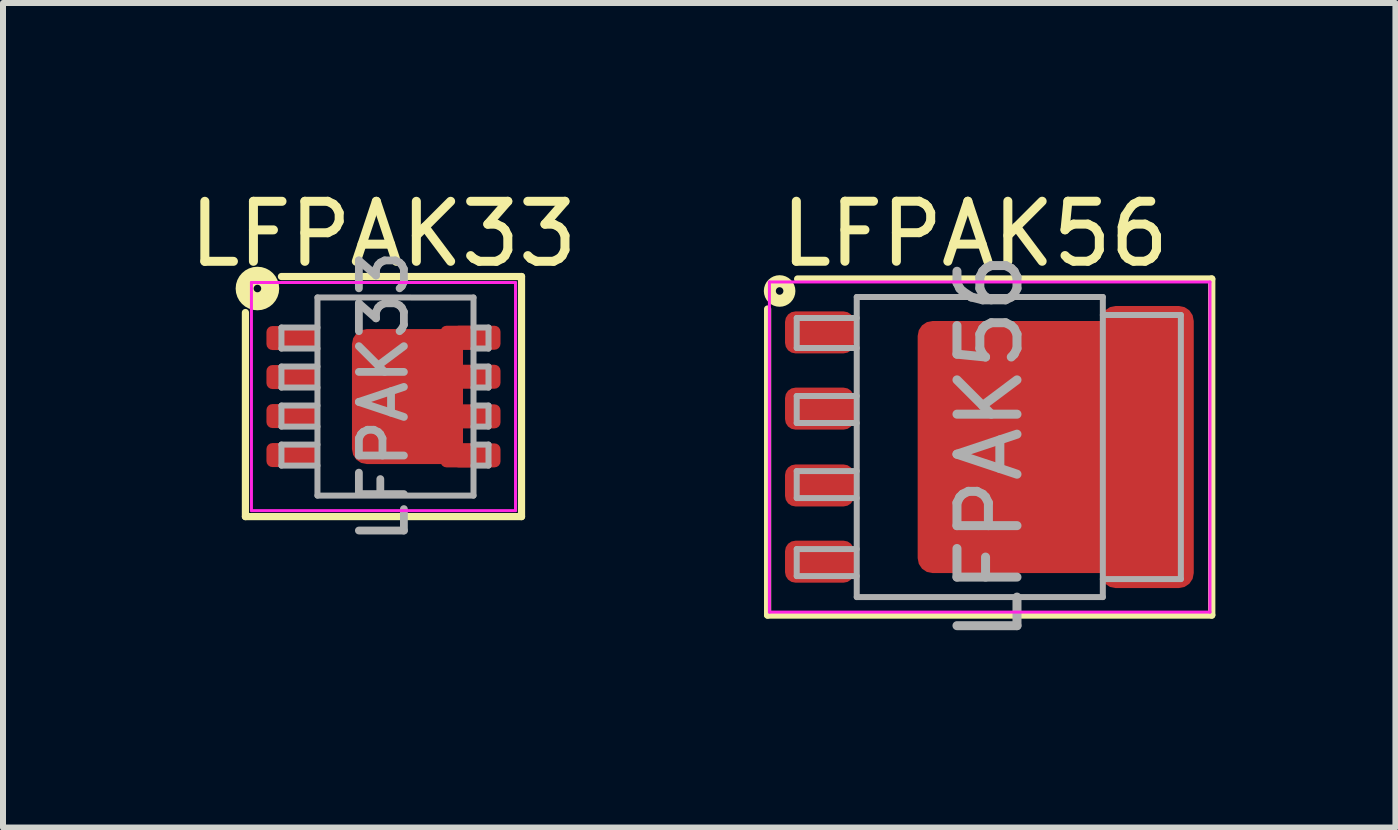
<source format=kicad_pcb>
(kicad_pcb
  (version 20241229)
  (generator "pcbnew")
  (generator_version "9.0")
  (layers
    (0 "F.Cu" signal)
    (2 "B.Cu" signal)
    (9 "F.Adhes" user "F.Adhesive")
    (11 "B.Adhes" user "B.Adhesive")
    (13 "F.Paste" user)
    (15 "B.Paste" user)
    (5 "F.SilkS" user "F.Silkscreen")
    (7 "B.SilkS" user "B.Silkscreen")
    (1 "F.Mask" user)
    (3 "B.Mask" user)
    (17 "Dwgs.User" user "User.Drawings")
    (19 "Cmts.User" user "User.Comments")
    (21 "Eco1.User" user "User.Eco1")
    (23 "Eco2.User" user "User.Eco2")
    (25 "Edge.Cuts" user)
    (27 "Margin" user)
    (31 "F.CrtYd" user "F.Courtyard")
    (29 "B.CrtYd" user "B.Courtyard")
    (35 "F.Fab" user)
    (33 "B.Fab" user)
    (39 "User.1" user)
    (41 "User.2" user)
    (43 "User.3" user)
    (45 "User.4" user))
  (footprint "LFPAK56"
    (layer "F.Cu")
    (at 13.439 4.398)
    (property "Reference" "LFPAK56" (at -0.245 -3.55 0) (layer "F.SilkS") (effects (font (size 1 1) (thickness 0.15))))
    (attr smd)
    (fp_line (start -3.7 -2.3) (end -3.7 2.8) (stroke (width 0.12) (type solid)) (layer "F.SilkS"))
    (fp_line (start -3.7 2.8) (end 3.7 2.8) (stroke (width 0.12) (type solid)) (layer "F.SilkS"))
    (fp_line (start 3.7 -2.8) (end -3.2 -2.8) (stroke (width 0.12) (type solid)) (layer "F.SilkS"))
    (fp_line (start 3.7 2.8) (end 3.7 -2.8) (stroke (width 0.12) (type solid)) (layer "F.SilkS"))
    (fp_circle (center -3.5 -2.6) (end -3.437 -2.6) (stroke (width 0.2) (type solid)) (fill no) (layer "F.SilkS"))
    (fp_line (start -3.67 2.75) (end -3.67 -2.75) (stroke (width 0.05) (type solid)) (layer "F.CrtYd"))
    (fp_line (start -3.67 2.75) (end 3.67 2.75) (stroke (width 0.05) (type solid)) (layer "F.CrtYd"))
    (fp_line (start 3.67 -2.75) (end -3.67 -2.75) (stroke (width 0.05) (type solid)) (layer "F.CrtYd"))
    (fp_line (start 3.67 -2.75) (end 3.67 2.75) (stroke (width 0.05) (type solid)) (layer "F.CrtYd"))
    (fp_line (start -3.215 -2.15) (end -3.215 -1.65) (stroke (width 0.1) (type solid)) (layer "F.Fab"))
    (fp_line (start -3.215 -2.15) (end -2.215 -2.15) (stroke (width 0.1) (type solid)) (layer "F.Fab"))
    (fp_line (start -3.215 -1.65) (end -2.215 -1.65) (stroke (width 0.1) (type solid)) (layer "F.Fab"))
    (fp_line (start -3.215 -0.85) (end -3.215 -0.4) (stroke (width 0.1) (type solid)) (layer "F.Fab"))
    (fp_line (start -3.215 -0.4) (end -2.215 -0.4) (stroke (width 0.1) (type solid)) (layer "F.Fab"))
    (fp_line (start -3.215 0.4) (end -3.215 0.85) (stroke (width 0.1) (type solid)) (layer "F.Fab"))
    (fp_line (start -3.215 0.85) (end -2.215 0.85) (stroke (width 0.1) (type solid)) (layer "F.Fab"))
    (fp_line (start -3.215 1.7) (end -3.215 2.15) (stroke (width 0.1) (type solid)) (layer "F.Fab"))
    (fp_line (start -3.215 2.15) (end -2.215 2.15) (stroke (width 0.1) (type solid)) (layer "F.Fab"))
    (fp_line (start -2.215 -2.5) (end -2.215 2.5) (stroke (width 0.1) (type solid)) (layer "F.Fab"))
    (fp_line (start -2.215 -0.85) (end -3.215 -0.85) (stroke (width 0.1) (type solid)) (layer "F.Fab"))
    (fp_line (start -2.215 0.4) (end -3.215 0.4) (stroke (width 0.1) (type solid)) (layer "F.Fab"))
    (fp_line (start -2.215 1.7) (end -3.215 1.7) (stroke (width 0.1) (type solid)) (layer "F.Fab"))
    (fp_line (start -2.215 2.5) (end 1.885 2.5) (stroke (width 0.1) (type solid)) (layer "F.Fab"))
    (fp_line (start 1.885 -2.5) (end -2.215 -2.5) (stroke (width 0.1) (type solid)) (layer "F.Fab"))
    (fp_line (start 1.885 2.5) (end 1.885 -2.5) (stroke (width 0.1) (type solid)) (layer "F.Fab"))
    (fp_line (start 3.185 -2.2) (end 1.885 -2.2) (stroke (width 0.1) (type solid)) (layer "F.Fab"))
    (fp_line (start 3.185 -2.2) (end 3.185 2.2) (stroke (width 0.1) (type solid)) (layer "F.Fab"))
    (fp_line (start 3.185 2.2) (end 1.885 2.2) (stroke (width 0.1) (type solid)) (layer "F.Fab"))
    (fp_text user "${REFERENCE}" (at 0 0 90) (layer "F.Fab") (effects (font (size 1 1) (thickness 0.15))))
    (pad "" smd roundrect (at -0.5 -1.4 270) (size 1 1.3) (layers "F.Paste") (roundrect_rratio 0.161))
    (pad "" smd roundrect (at -0.5 0 270) (size 1.2 1.3) (layers "F.Paste") (roundrect_rratio 0.161))
    (pad "" smd roundrect (at -0.5 1.4 270) (size 1 1.3) (layers "F.Paste") (roundrect_rratio 0.161))
    (pad "" smd roundrect (at 1.1 -1.4 270) (size 1 1.3) (layers "F.Paste") (roundrect_rratio 0.161))
    (pad "" smd roundrect (at 1.1 0 270) (size 1.2 1.3) (layers "F.Paste") (roundrect_rratio 0.161))
    (pad "" smd roundrect (at 1.1 1.4 270) (size 1 1.3) (layers "F.Paste") (roundrect_rratio 0.161))
    (pad "" smd roundrect (at 2.6 -1.5 270) (size 1.2 1.1) (layers "F.Paste") (roundrect_rratio 0.161))
    (pad "" smd roundrect (at 2.6 0 270) (size 1.2 1.1) (layers "F.Paste") (roundrect_rratio 0.161))
    (pad "" smd roundrect (at 2.6 1.5 270) (size 1.2 1.1) (layers "F.Paste") (roundrect_rratio 0.161))
    (pad "1" smd roundrect (at -2.835 -1.91 270) (size 0.7 1.15) (layers "F.Cu" "F.Mask" "F.Paste") (roundrect_rratio 0.25))
    (pad "2" smd roundrect (at -2.835 -0.64 270) (size 0.7 1.15) (layers "F.Cu" "F.Mask" "F.Paste") (roundrect_rratio 0.25))
    (pad "3" smd roundrect (at -2.835 0.64 270) (size 0.7 1.15) (layers "F.Cu" "F.Mask" "F.Paste") (roundrect_rratio 0.25))
    (pad "4" smd roundrect (at -2.835 1.91 270) (size 0.7 1.15) (layers "F.Cu" "F.Mask" "F.Paste") (roundrect_rratio 0.25))
    (pad "5" smd roundrect (at 0.55 0 270) (size 4.2 3.5) (layers "F.Cu" "F.Mask") (roundrect_rratio 0.071))
    (pad "5" smd roundrect (at 2.625 0 270) (size 4.7 1.55) (layers "F.Cu" "F.Mask") (roundrect_rratio 0.161)))
  (footprint "LFPAK33"
    (layer "F.Cu")
    (at 3.339 3.557)
    (property "Reference" "LFPAK33" (at 0 -2.708 0) (layer "F.SilkS") (effects (font (size 1 1) (thickness 0.15))))
    (attr smd)
    (fp_line (start -2.3 -1.4) (end -2.3 2) (stroke (width 0.12) (type solid)) (layer "F.SilkS"))
    (fp_line (start -2.3 2) (end 2.3 2) (stroke (width 0.12) (type solid)) (layer "F.SilkS"))
    (fp_line (start 2.3 -2) (end -1.7 -2) (stroke (width 0.12) (type solid)) (layer "F.SilkS"))
    (fp_line (start 2.3 2) (end 2.3 -2) (stroke (width 0.12) (type solid)) (layer "F.SilkS"))
    (fp_circle (center -2.1 -1.8) (end -2.037 -1.8) (stroke (width 0.3) (type solid)) (fill no) (layer "F.SilkS"))
    (fp_line (start -2.2 -1.9) (end 2.2 -1.9) (stroke (width 0.05) (type solid)) (layer "F.CrtYd"))
    (fp_line (start -2.2 1.9) (end -2.2 -1.9) (stroke (width 0.05) (type solid)) (layer "F.CrtYd"))
    (fp_line (start -2.2 1.9) (end 2.2 1.9) (stroke (width 0.05) (type solid)) (layer "F.CrtYd"))
    (fp_line (start 2.2 -1.9) (end 2.2 1.9) (stroke (width 0.05) (type solid)) (layer "F.CrtYd"))
    (fp_line (start -1.7 -1.15) (end -1.7 -0.8) (stroke (width 0.1) (type solid)) (layer "F.Fab"))
    (fp_line (start -1.7 -1.15) (end -1.1 -1.15) (stroke (width 0.1) (type solid)) (layer "F.Fab"))
    (fp_line (start -1.7 -0.8) (end -1.1 -0.8) (stroke (width 0.1) (type solid)) (layer "F.Fab"))
    (fp_line (start -1.7 -0.5) (end -1.7 -0.15) (stroke (width 0.1) (type solid)) (layer "F.Fab"))
    (fp_line (start -1.7 -0.5) (end -1.1 -0.5) (stroke (width 0.1) (type solid)) (layer "F.Fab"))
    (fp_line (start -1.7 -0.15) (end -1.1 -0.15) (stroke (width 0.1) (type solid)) (layer "F.Fab"))
    (fp_line (start -1.7 0.15) (end -1.7 0.5) (stroke (width 0.1) (type solid)) (layer "F.Fab"))
    (fp_line (start -1.7 0.15) (end -1.1 0.15) (stroke (width 0.1) (type solid)) (layer "F.Fab"))
    (fp_line (start -1.7 0.5) (end -1.1 0.5) (stroke (width 0.1) (type solid)) (layer "F.Fab"))
    (fp_line (start -1.7 0.8) (end -1.7 1.15) (stroke (width 0.1) (type solid)) (layer "F.Fab"))
    (fp_line (start -1.7 0.8) (end -1.1 0.8) (stroke (width 0.1) (type solid)) (layer "F.Fab"))
    (fp_line (start -1.7 1.15) (end -1.1 1.15) (stroke (width 0.1) (type solid)) (layer "F.Fab"))
    (fp_line (start -1.1 -1.651) (end -1.1 1.65) (stroke (width 0.1) (type solid)) (layer "F.Fab"))
    (fp_line (start -1.1 -1.651) (end 1.5 -1.65) (stroke (width 0.1) (type solid)) (layer "F.Fab"))
    (fp_line (start -1.1 1.65) (end 1.5 1.65) (stroke (width 0.1) (type solid)) (layer "F.Fab"))
    (fp_line (start 1.5 -1.15) (end 1.75 -1.15) (stroke (width 0.1) (type solid)) (layer "F.Fab"))
    (fp_line (start 1.5 -0.5) (end 1.75 -0.5) (stroke (width 0.1) (type solid)) (layer "F.Fab"))
    (fp_line (start 1.5 0.15) (end 1.75 0.15) (stroke (width 0.1) (type solid)) (layer "F.Fab"))
    (fp_line (start 1.5 0.8) (end 1.75 0.8) (stroke (width 0.1) (type solid)) (layer "F.Fab"))
    (fp_line (start 1.5 1.65) (end 1.5 -1.65) (stroke (width 0.1) (type solid)) (layer "F.Fab"))
    (fp_line (start 1.75 -1.15) (end 1.75 -0.8) (stroke (width 0.1) (type solid)) (layer "F.Fab"))
    (fp_line (start 1.75 -0.8) (end 1.5 -0.8) (stroke (width 0.1) (type solid)) (layer "F.Fab"))
    (fp_line (start 1.75 -0.5) (end 1.75 -0.15) (stroke (width 0.1) (type solid)) (layer "F.Fab"))
    (fp_line (start 1.75 -0.15) (end 1.5 -0.15) (stroke (width 0.1) (type solid)) (layer "F.Fab"))
    (fp_line (start 1.75 0.15) (end 1.75 0.5) (stroke (width 0.1) (type solid)) (layer "F.Fab"))
    (fp_line (start 1.75 0.5) (end 1.5 0.5) (stroke (width 0.1) (type solid)) (layer "F.Fab"))
    (fp_line (start 1.75 0.8) (end 1.75 1.15) (stroke (width 0.1) (type solid)) (layer "F.Fab"))
    (fp_line (start 1.75 1.15) (end 1.5 1.15) (stroke (width 0.1) (type solid)) (layer "F.Fab"))
    (fp_text user "${REFERENCE}" (at 0 0 90) (layer "F.Fab") (effects (font (size 0.75 0.75) (thickness 0.13))))
    (pad "" smd roundrect (at 0.2 -0.6) (size 1.3 0.8) (layers "F.Paste") (roundrect_rratio 0.25))
    (pad "" smd roundrect (at 0.2 0.6) (size 1.3 0.8) (layers "F.Paste") (roundrect_rratio 0.25))
    (pad "1" smd roundrect (at -1.535 -0.975) (size 0.83 0.4) (layers "F.Cu" "F.Mask" "F.Paste") (roundrect_rratio 0.25))
    (pad "2" smd roundrect (at -1.535 -0.325) (size 0.83 0.4) (layers "F.Cu" "F.Mask" "F.Paste") (roundrect_rratio 0.25))
    (pad "3" smd roundrect (at -1.535 0.325) (size 0.83 0.4) (layers "F.Cu" "F.Mask" "F.Paste") (roundrect_rratio 0.25))
    (pad "4" smd roundrect (at -1.535 0.975) (size 0.83 0.4) (layers "F.Cu" "F.Mask" "F.Paste") (roundrect_rratio 0.25))
    (pad "5" smd roundrect (at 0.4 0 90) (size 2.25 1.85) (layers "F.Cu" "F.Mask") (roundrect_rratio 0.135))
    (pad "5" smd roundrect (at 1.35 -0.98) (size 0.8 0.4) (layers "F.Cu" "F.Mask") (roundrect_rratio 0.25))
    (pad "5" smd roundrect (at 1.35 0.98) (size 0.8 0.4) (layers "F.Cu" "F.Mask") (roundrect_rratio 0.25))
    (pad "5" smd roundrect (at 1.55 -0.98) (size 0.8 0.4) (layers "F.Cu" "F.Mask" "F.Paste") (roundrect_rratio 0.25))
    (pad "5" smd roundrect (at 1.55 -0.33) (size 0.8 0.4) (layers "F.Cu" "F.Mask" "F.Paste") (roundrect_rratio 0.25))
    (pad "5" smd roundrect (at 1.55 0.33) (size 0.8 0.4) (layers "F.Cu" "F.Mask" "F.Paste") (roundrect_rratio 0.25))
    (pad "5" smd roundrect (at 1.55 0.98) (size 0.8 0.4) (layers "F.Cu" "F.Mask" "F.Paste") (roundrect_rratio 0.25)))
  (gr_rect
    (start -3 -3)
    (end 20.199 10.737)
    (stroke (width 0.1) (type default))
    (fill no)
    (layer "Edge.Cuts")))
</source>
